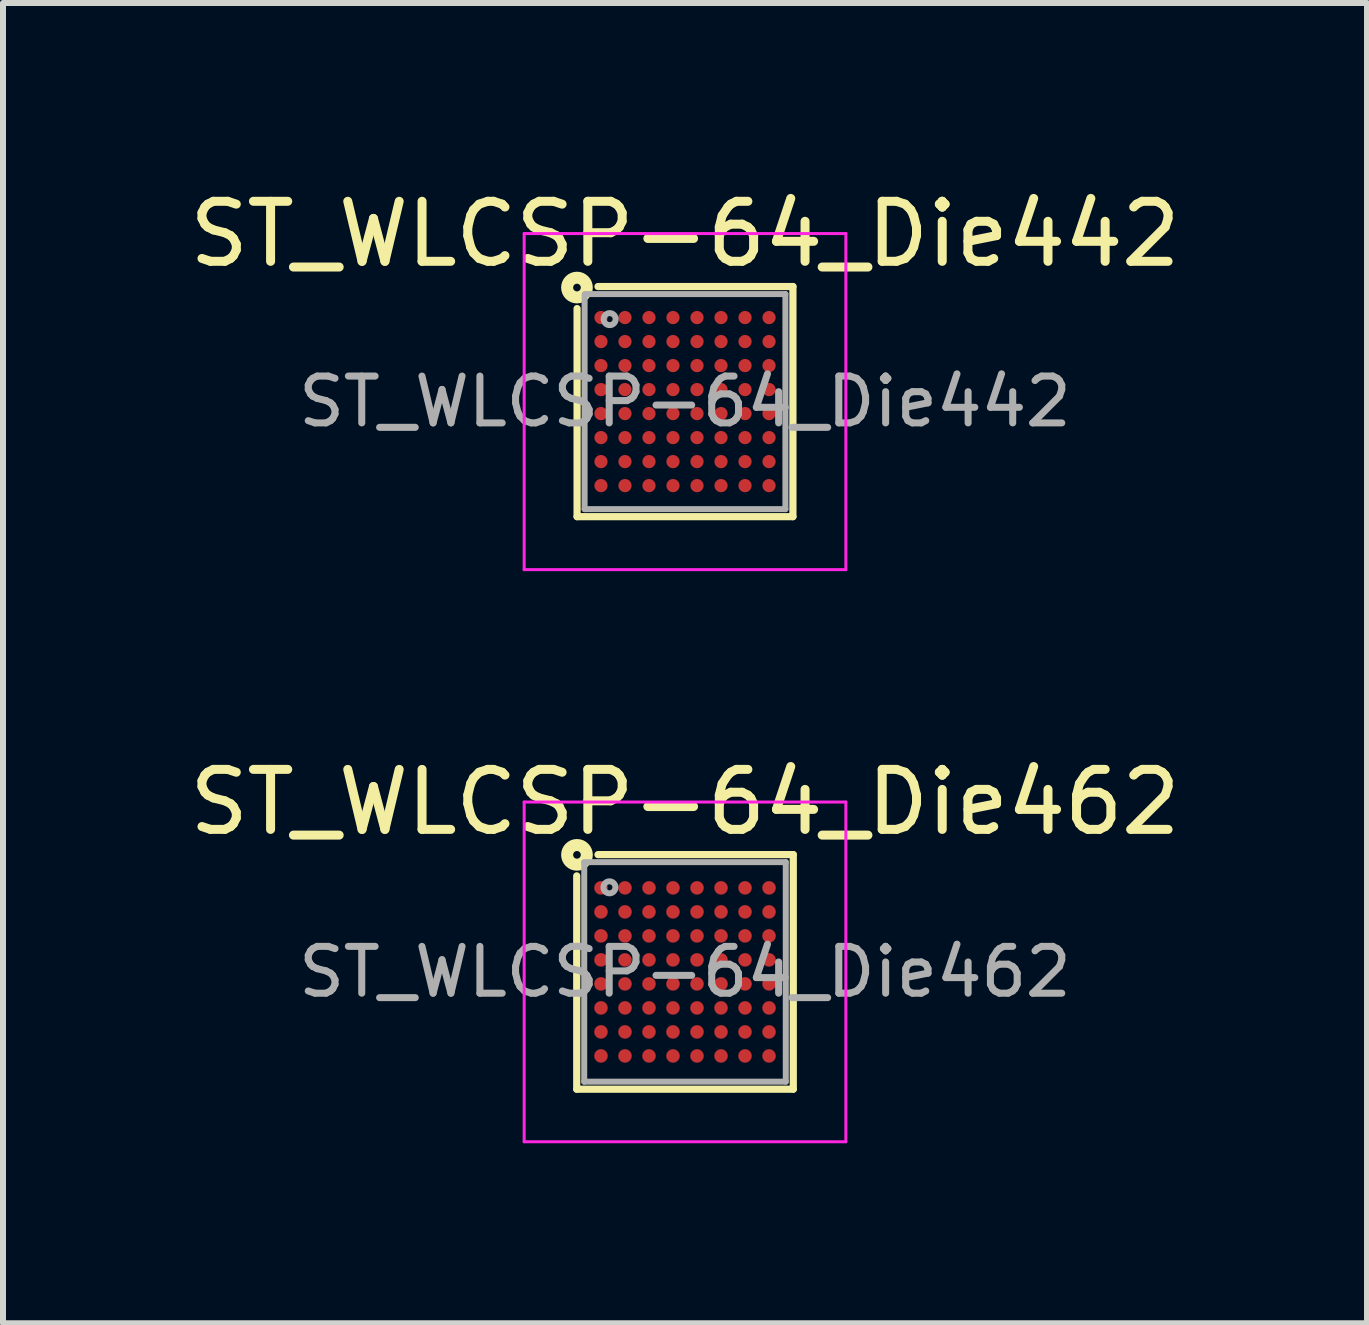
<source format=kicad_pcb>
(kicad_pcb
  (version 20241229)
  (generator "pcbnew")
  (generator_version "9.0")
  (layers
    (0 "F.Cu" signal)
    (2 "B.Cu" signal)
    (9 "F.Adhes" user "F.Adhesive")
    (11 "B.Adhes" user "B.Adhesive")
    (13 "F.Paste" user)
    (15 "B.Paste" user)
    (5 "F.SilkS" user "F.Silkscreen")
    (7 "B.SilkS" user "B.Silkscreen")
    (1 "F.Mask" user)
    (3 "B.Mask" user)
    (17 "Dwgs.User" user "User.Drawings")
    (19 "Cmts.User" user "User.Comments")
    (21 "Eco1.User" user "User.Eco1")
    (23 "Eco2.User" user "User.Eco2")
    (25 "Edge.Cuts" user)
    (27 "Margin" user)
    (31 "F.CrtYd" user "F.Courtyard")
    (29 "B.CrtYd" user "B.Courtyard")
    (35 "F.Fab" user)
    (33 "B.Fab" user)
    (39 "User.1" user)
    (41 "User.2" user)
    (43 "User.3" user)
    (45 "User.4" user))
  (footprint "ST_WLCSP-64_Die462"
    (layer "F.Cu")
    (at 8.363 13.143)
    (property "Reference" "ST_WLCSP-64_Die462" (at 0 -2.829 0) (layer "F.SilkS") (effects (font (size 1 1) (thickness 0.15))))
    (attr smd)
    (fp_line (start -1.804 1.954) (end -1.804 -1.6) (stroke (width 0.12) (type solid)) (layer "F.SilkS"))
    (fp_line (start -1.45 -1.954) (end 1.804 -1.954) (stroke (width 0.12) (type solid)) (layer "F.SilkS"))
    (fp_line (start 1.804 -1.954) (end 1.804 1.954) (stroke (width 0.12) (type solid)) (layer "F.SilkS"))
    (fp_line (start 1.804 1.954) (end -1.804 1.954) (stroke (width 0.12) (type solid)) (layer "F.SilkS"))
    (fp_circle (center -1.8 -1.95) (end -1.736 -1.95) (stroke (width 0.2) (type solid)) (fill no) (layer "F.SilkS"))
    (fp_line (start -2.68 -2.83) (end -2.68 2.83) (stroke (width 0.05) (type solid)) (layer "F.CrtYd"))
    (fp_line (start -2.68 2.83) (end 2.68 2.83) (stroke (width 0.05) (type solid)) (layer "F.CrtYd"))
    (fp_line (start 2.68 -2.83) (end -2.68 -2.83) (stroke (width 0.05) (type solid)) (layer "F.CrtYd"))
    (fp_line (start 2.68 2.83) (end 2.68 -2.83) (stroke (width 0.05) (type solid)) (layer "F.CrtYd"))
    (fp_line (start -1.68 -1.829) (end 1.679 -1.829) (stroke (width 0.1) (type solid)) (layer "F.Fab"))
    (fp_line (start -1.679 1.829) (end -1.679 -1.82) (stroke (width 0.1) (type solid)) (layer "F.Fab"))
    (fp_line (start 1.679 -1.829) (end 1.679 1.829) (stroke (width 0.1) (type solid)) (layer "F.Fab"))
    (fp_line (start 1.679 1.829) (end -1.679 1.829) (stroke (width 0.1) (type solid)) (layer "F.Fab"))
    (fp_circle (center -1.259 -1.409) (end -1.159 -1.409) (stroke (width 0.1) (type solid)) (fill no) (layer "F.Fab"))
    (fp_text user "${REFERENCE}" (at 0 0 0) (layer "F.Fab") (effects (font (size 0.78 0.78) (thickness 0.117))))
    (pad "A1" smd circle (at -1.4 -1.4) (size 0.225 0.225) (layers "F.Cu" "F.Mask" "F.Paste"))
    (pad "A2" smd circle (at -1 -1.4) (size 0.225 0.225) (layers "F.Cu" "F.Mask" "F.Paste"))
    (pad "A3" smd circle (at -0.6 -1.4) (size 0.225 0.225) (layers "F.Cu" "F.Mask" "F.Paste"))
    (pad "A4" smd circle (at -0.2 -1.4) (size 0.225 0.225) (layers "F.Cu" "F.Mask" "F.Paste"))
    (pad "A5" smd circle (at 0.2 -1.4) (size 0.225 0.225) (layers "F.Cu" "F.Mask" "F.Paste"))
    (pad "A6" smd circle (at 0.6 -1.4) (size 0.225 0.225) (layers "F.Cu" "F.Mask" "F.Paste"))
    (pad "A7" smd circle (at 1 -1.4) (size 0.225 0.225) (layers "F.Cu" "F.Mask" "F.Paste"))
    (pad "A8" smd circle (at 1.4 -1.4) (size 0.225 0.225) (layers "F.Cu" "F.Mask" "F.Paste"))
    (pad "B1" smd circle (at -1.4 -1) (size 0.225 0.225) (layers "F.Cu" "F.Mask" "F.Paste"))
    (pad "B2" smd circle (at -1 -1) (size 0.225 0.225) (layers "F.Cu" "F.Mask" "F.Paste"))
    (pad "B3" smd circle (at -0.6 -1) (size 0.225 0.225) (layers "F.Cu" "F.Mask" "F.Paste"))
    (pad "B4" smd circle (at -0.2 -1) (size 0.225 0.225) (layers "F.Cu" "F.Mask" "F.Paste"))
    (pad "B5" smd circle (at 0.2 -1) (size 0.225 0.225) (layers "F.Cu" "F.Mask" "F.Paste"))
    (pad "B6" smd circle (at 0.6 -1) (size 0.225 0.225) (layers "F.Cu" "F.Mask" "F.Paste"))
    (pad "B7" smd circle (at 1 -1) (size 0.225 0.225) (layers "F.Cu" "F.Mask" "F.Paste"))
    (pad "B8" smd circle (at 1.4 -1) (size 0.225 0.225) (layers "F.Cu" "F.Mask" "F.Paste"))
    (pad "C1" smd circle (at -1.4 -0.6) (size 0.225 0.225) (layers "F.Cu" "F.Mask" "F.Paste"))
    (pad "C2" smd circle (at -1 -0.6) (size 0.225 0.225) (layers "F.Cu" "F.Mask" "F.Paste"))
    (pad "C3" smd circle (at -0.6 -0.6) (size 0.225 0.225) (layers "F.Cu" "F.Mask" "F.Paste"))
    (pad "C4" smd circle (at -0.2 -0.6) (size 0.225 0.225) (layers "F.Cu" "F.Mask" "F.Paste"))
    (pad "C5" smd circle (at 0.2 -0.6) (size 0.225 0.225) (layers "F.Cu" "F.Mask" "F.Paste"))
    (pad "C6" smd circle (at 0.6 -0.6) (size 0.225 0.225) (layers "F.Cu" "F.Mask" "F.Paste"))
    (pad "C7" smd circle (at 1 -0.6) (size 0.225 0.225) (layers "F.Cu" "F.Mask" "F.Paste"))
    (pad "C8" smd circle (at 1.4 -0.6) (size 0.225 0.225) (layers "F.Cu" "F.Mask" "F.Paste"))
    (pad "D1" smd circle (at -1.4 -0.2) (size 0.225 0.225) (layers "F.Cu" "F.Mask" "F.Paste"))
    (pad "D2" smd circle (at -1 -0.2) (size 0.225 0.225) (layers "F.Cu" "F.Mask" "F.Paste"))
    (pad "D3" smd circle (at -0.6 -0.2) (size 0.225 0.225) (layers "F.Cu" "F.Mask" "F.Paste"))
    (pad "D4" smd circle (at -0.2 -0.2) (size 0.225 0.225) (layers "F.Cu" "F.Mask" "F.Paste"))
    (pad "D5" smd circle (at 0.2 -0.2) (size 0.225 0.225) (layers "F.Cu" "F.Mask" "F.Paste"))
    (pad "D6" smd circle (at 0.6 -0.2) (size 0.225 0.225) (layers "F.Cu" "F.Mask" "F.Paste"))
    (pad "D7" smd circle (at 1 -0.2) (size 0.225 0.225) (layers "F.Cu" "F.Mask" "F.Paste"))
    (pad "D8" smd circle (at 1.4 -0.2) (size 0.225 0.225) (layers "F.Cu" "F.Mask" "F.Paste"))
    (pad "E1" smd circle (at -1.4 0.2) (size 0.225 0.225) (layers "F.Cu" "F.Mask" "F.Paste"))
    (pad "E2" smd circle (at -1 0.2) (size 0.225 0.225) (layers "F.Cu" "F.Mask" "F.Paste"))
    (pad "E3" smd circle (at -0.6 0.2) (size 0.225 0.225) (layers "F.Cu" "F.Mask" "F.Paste"))
    (pad "E4" smd circle (at -0.2 0.2) (size 0.225 0.225) (layers "F.Cu" "F.Mask" "F.Paste"))
    (pad "E5" smd circle (at 0.2 0.2) (size 0.225 0.225) (layers "F.Cu" "F.Mask" "F.Paste"))
    (pad "E6" smd circle (at 0.6 0.2) (size 0.225 0.225) (layers "F.Cu" "F.Mask" "F.Paste"))
    (pad "E7" smd circle (at 1 0.2) (size 0.225 0.225) (layers "F.Cu" "F.Mask" "F.Paste"))
    (pad "E8" smd circle (at 1.4 0.2) (size 0.225 0.225) (layers "F.Cu" "F.Mask" "F.Paste"))
    (pad "F1" smd circle (at -1.4 0.6) (size 0.225 0.225) (layers "F.Cu" "F.Mask" "F.Paste"))
    (pad "F2" smd circle (at -1 0.6) (size 0.225 0.225) (layers "F.Cu" "F.Mask" "F.Paste"))
    (pad "F3" smd circle (at -0.6 0.6) (size 0.225 0.225) (layers "F.Cu" "F.Mask" "F.Paste"))
    (pad "F4" smd circle (at -0.2 0.6) (size 0.225 0.225) (layers "F.Cu" "F.Mask" "F.Paste"))
    (pad "F5" smd circle (at 0.2 0.6) (size 0.225 0.225) (layers "F.Cu" "F.Mask" "F.Paste"))
    (pad "F6" smd circle (at 0.6 0.6) (size 0.225 0.225) (layers "F.Cu" "F.Mask" "F.Paste"))
    (pad "F7" smd circle (at 1 0.6) (size 0.225 0.225) (layers "F.Cu" "F.Mask" "F.Paste"))
    (pad "F8" smd circle (at 1.4 0.6) (size 0.225 0.225) (layers "F.Cu" "F.Mask" "F.Paste"))
    (pad "G1" smd circle (at -1.4 1) (size 0.225 0.225) (layers "F.Cu" "F.Mask" "F.Paste"))
    (pad "G2" smd circle (at -1 1) (size 0.225 0.225) (layers "F.Cu" "F.Mask" "F.Paste"))
    (pad "G3" smd circle (at -0.6 1) (size 0.225 0.225) (layers "F.Cu" "F.Mask" "F.Paste"))
    (pad "G4" smd circle (at -0.2 1) (size 0.225 0.225) (layers "F.Cu" "F.Mask" "F.Paste"))
    (pad "G5" smd circle (at 0.2 1) (size 0.225 0.225) (layers "F.Cu" "F.Mask" "F.Paste"))
    (pad "G6" smd circle (at 0.6 1) (size 0.225 0.225) (layers "F.Cu" "F.Mask" "F.Paste"))
    (pad "G7" smd circle (at 1 1) (size 0.225 0.225) (layers "F.Cu" "F.Mask" "F.Paste"))
    (pad "G8" smd circle (at 1.4 1) (size 0.225 0.225) (layers "F.Cu" "F.Mask" "F.Paste"))
    (pad "H1" smd circle (at -1.4 1.4) (size 0.225 0.225) (layers "F.Cu" "F.Mask" "F.Paste"))
    (pad "H2" smd circle (at -1 1.4) (size 0.225 0.225) (layers "F.Cu" "F.Mask" "F.Paste"))
    (pad "H3" smd circle (at -0.6 1.4) (size 0.225 0.225) (layers "F.Cu" "F.Mask" "F.Paste"))
    (pad "H4" smd circle (at -0.2 1.4) (size 0.225 0.225) (layers "F.Cu" "F.Mask" "F.Paste"))
    (pad "H5" smd circle (at 0.2 1.4) (size 0.225 0.225) (layers "F.Cu" "F.Mask" "F.Paste"))
    (pad "H6" smd circle (at 0.6 1.4) (size 0.225 0.225) (layers "F.Cu" "F.Mask" "F.Paste"))
    (pad "H7" smd circle (at 1 1.4) (size 0.225 0.225) (layers "F.Cu" "F.Mask" "F.Paste"))
    (pad "H8" smd circle (at 1.4 1.4) (size 0.225 0.225) (layers "F.Cu" "F.Mask" "F.Paste")))
  (footprint "ST_WLCSP-64_Die442"
    (layer "F.Cu")
    (at 8.363 3.641)
    (property "Reference" "ST_WLCSP-64_Die442" (at 0 -2.792 0) (layer "F.SilkS") (effects (font (size 1 1) (thickness 0.15))))
    (attr smd)
    (fp_line (start -1.798 1.917) (end -1.798 -1.55) (stroke (width 0.12) (type solid)) (layer "F.SilkS"))
    (fp_line (start -1.45 -1.917) (end 1.798 -1.917) (stroke (width 0.12) (type solid)) (layer "F.SilkS"))
    (fp_line (start 1.798 -1.917) (end 1.798 1.917) (stroke (width 0.12) (type solid)) (layer "F.SilkS"))
    (fp_line (start 1.798 1.917) (end -1.798 1.917) (stroke (width 0.12) (type solid)) (layer "F.SilkS"))
    (fp_circle (center -1.8 -1.9) (end -1.736 -1.9) (stroke (width 0.2) (type solid)) (fill no) (layer "F.SilkS"))
    (fp_line (start -2.68 -2.8) (end -2.68 2.8) (stroke (width 0.05) (type solid)) (layer "F.CrtYd"))
    (fp_line (start -2.68 2.8) (end 2.68 2.8) (stroke (width 0.05) (type solid)) (layer "F.CrtYd"))
    (fp_line (start 2.68 -2.8) (end -2.68 -2.8) (stroke (width 0.05) (type solid)) (layer "F.CrtYd"))
    (fp_line (start 2.68 2.8) (end 2.68 -2.8) (stroke (width 0.05) (type solid)) (layer "F.CrtYd"))
    (fp_line (start -1.673 1.792) (end -1.673 -1.79) (stroke (width 0.1) (type solid)) (layer "F.Fab"))
    (fp_line (start -1.66 -1.792) (end 1.673 -1.792) (stroke (width 0.1) (type solid)) (layer "F.Fab"))
    (fp_line (start 1.673 -1.792) (end 1.673 1.792) (stroke (width 0.1) (type solid)) (layer "F.Fab"))
    (fp_line (start 1.673 1.792) (end -1.673 1.792) (stroke (width 0.1) (type solid)) (layer "F.Fab"))
    (fp_circle (center -1.255 -1.374) (end -1.155 -1.374) (stroke (width 0.1) (type solid)) (fill no) (layer "F.Fab"))
    (fp_text user "${REFERENCE}" (at 0 0 0) (layer "F.Fab") (effects (font (size 0.78 0.78) (thickness 0.117))))
    (pad "A1" smd circle (at -1.4 -1.4) (size 0.22 0.22) (layers "F.Cu" "F.Mask" "F.Paste"))
    (pad "A2" smd circle (at -1 -1.4) (size 0.22 0.22) (layers "F.Cu" "F.Mask" "F.Paste"))
    (pad "A3" smd circle (at -0.6 -1.4) (size 0.22 0.22) (layers "F.Cu" "F.Mask" "F.Paste"))
    (pad "A4" smd circle (at -0.2 -1.4) (size 0.22 0.22) (layers "F.Cu" "F.Mask" "F.Paste"))
    (pad "A5" smd circle (at 0.2 -1.4) (size 0.22 0.22) (layers "F.Cu" "F.Mask" "F.Paste"))
    (pad "A6" smd circle (at 0.6 -1.4) (size 0.22 0.22) (layers "F.Cu" "F.Mask" "F.Paste"))
    (pad "A7" smd circle (at 1 -1.4) (size 0.22 0.22) (layers "F.Cu" "F.Mask" "F.Paste"))
    (pad "A8" smd circle (at 1.4 -1.4) (size 0.22 0.22) (layers "F.Cu" "F.Mask" "F.Paste"))
    (pad "B1" smd circle (at -1.4 -1) (size 0.22 0.22) (layers "F.Cu" "F.Mask" "F.Paste"))
    (pad "B2" smd circle (at -1 -1) (size 0.22 0.22) (layers "F.Cu" "F.Mask" "F.Paste"))
    (pad "B3" smd circle (at -0.6 -1) (size 0.22 0.22) (layers "F.Cu" "F.Mask" "F.Paste"))
    (pad "B4" smd circle (at -0.2 -1) (size 0.22 0.22) (layers "F.Cu" "F.Mask" "F.Paste"))
    (pad "B5" smd circle (at 0.2 -1) (size 0.22 0.22) (layers "F.Cu" "F.Mask" "F.Paste"))
    (pad "B6" smd circle (at 0.6 -1) (size 0.22 0.22) (layers "F.Cu" "F.Mask" "F.Paste"))
    (pad "B7" smd circle (at 1 -1) (size 0.22 0.22) (layers "F.Cu" "F.Mask" "F.Paste"))
    (pad "B8" smd circle (at 1.4 -1) (size 0.22 0.22) (layers "F.Cu" "F.Mask" "F.Paste"))
    (pad "C1" smd circle (at -1.4 -0.6) (size 0.22 0.22) (layers "F.Cu" "F.Mask" "F.Paste"))
    (pad "C2" smd circle (at -1 -0.6) (size 0.22 0.22) (layers "F.Cu" "F.Mask" "F.Paste"))
    (pad "C3" smd circle (at -0.6 -0.6) (size 0.22 0.22) (layers "F.Cu" "F.Mask" "F.Paste"))
    (pad "C4" smd circle (at -0.2 -0.6) (size 0.22 0.22) (layers "F.Cu" "F.Mask" "F.Paste"))
    (pad "C5" smd circle (at 0.2 -0.6) (size 0.22 0.22) (layers "F.Cu" "F.Mask" "F.Paste"))
    (pad "C6" smd circle (at 0.6 -0.6) (size 0.22 0.22) (layers "F.Cu" "F.Mask" "F.Paste"))
    (pad "C7" smd circle (at 1 -0.6) (size 0.22 0.22) (layers "F.Cu" "F.Mask" "F.Paste"))
    (pad "C8" smd circle (at 1.4 -0.6) (size 0.22 0.22) (layers "F.Cu" "F.Mask" "F.Paste"))
    (pad "D1" smd circle (at -1.4 -0.2) (size 0.22 0.22) (layers "F.Cu" "F.Mask" "F.Paste"))
    (pad "D2" smd circle (at -1 -0.2) (size 0.22 0.22) (layers "F.Cu" "F.Mask" "F.Paste"))
    (pad "D3" smd circle (at -0.6 -0.2) (size 0.22 0.22) (layers "F.Cu" "F.Mask" "F.Paste"))
    (pad "D4" smd circle (at -0.2 -0.2) (size 0.22 0.22) (layers "F.Cu" "F.Mask" "F.Paste"))
    (pad "D5" smd circle (at 0.2 -0.2) (size 0.22 0.22) (layers "F.Cu" "F.Mask" "F.Paste"))
    (pad "D6" smd circle (at 0.6 -0.2) (size 0.22 0.22) (layers "F.Cu" "F.Mask" "F.Paste"))
    (pad "D7" smd circle (at 1 -0.2) (size 0.22 0.22) (layers "F.Cu" "F.Mask" "F.Paste"))
    (pad "D8" smd circle (at 1.4 -0.2) (size 0.22 0.22) (layers "F.Cu" "F.Mask" "F.Paste"))
    (pad "E1" smd circle (at -1.4 0.2) (size 0.22 0.22) (layers "F.Cu" "F.Mask" "F.Paste"))
    (pad "E2" smd circle (at -1 0.2) (size 0.22 0.22) (layers "F.Cu" "F.Mask" "F.Paste"))
    (pad "E3" smd circle (at -0.6 0.2) (size 0.22 0.22) (layers "F.Cu" "F.Mask" "F.Paste"))
    (pad "E4" smd circle (at -0.2 0.2) (size 0.22 0.22) (layers "F.Cu" "F.Mask" "F.Paste"))
    (pad "E5" smd circle (at 0.2 0.2) (size 0.22 0.22) (layers "F.Cu" "F.Mask" "F.Paste"))
    (pad "E6" smd circle (at 0.6 0.2) (size 0.22 0.22) (layers "F.Cu" "F.Mask" "F.Paste"))
    (pad "E7" smd circle (at 1 0.2) (size 0.22 0.22) (layers "F.Cu" "F.Mask" "F.Paste"))
    (pad "E8" smd circle (at 1.4 0.2) (size 0.22 0.22) (layers "F.Cu" "F.Mask" "F.Paste"))
    (pad "F1" smd circle (at -1.4 0.6) (size 0.22 0.22) (layers "F.Cu" "F.Mask" "F.Paste"))
    (pad "F2" smd circle (at -1 0.6) (size 0.22 0.22) (layers "F.Cu" "F.Mask" "F.Paste"))
    (pad "F3" smd circle (at -0.6 0.6) (size 0.22 0.22) (layers "F.Cu" "F.Mask" "F.Paste"))
    (pad "F4" smd circle (at -0.2 0.6) (size 0.22 0.22) (layers "F.Cu" "F.Mask" "F.Paste"))
    (pad "F5" smd circle (at 0.2 0.6) (size 0.22 0.22) (layers "F.Cu" "F.Mask" "F.Paste"))
    (pad "F6" smd circle (at 0.6 0.6) (size 0.22 0.22) (layers "F.Cu" "F.Mask" "F.Paste"))
    (pad "F7" smd circle (at 1 0.6) (size 0.22 0.22) (layers "F.Cu" "F.Mask" "F.Paste"))
    (pad "F8" smd circle (at 1.4 0.6) (size 0.22 0.22) (layers "F.Cu" "F.Mask" "F.Paste"))
    (pad "G1" smd circle (at -1.4 1) (size 0.22 0.22) (layers "F.Cu" "F.Mask" "F.Paste"))
    (pad "G2" smd circle (at -1 1) (size 0.22 0.22) (layers "F.Cu" "F.Mask" "F.Paste"))
    (pad "G3" smd circle (at -0.6 1) (size 0.22 0.22) (layers "F.Cu" "F.Mask" "F.Paste"))
    (pad "G4" smd circle (at -0.2 1) (size 0.22 0.22) (layers "F.Cu" "F.Mask" "F.Paste"))
    (pad "G5" smd circle (at 0.2 1) (size 0.22 0.22) (layers "F.Cu" "F.Mask" "F.Paste"))
    (pad "G6" smd circle (at 0.6 1) (size 0.22 0.22) (layers "F.Cu" "F.Mask" "F.Paste"))
    (pad "G7" smd circle (at 1 1) (size 0.22 0.22) (layers "F.Cu" "F.Mask" "F.Paste"))
    (pad "G8" smd circle (at 1.4 1) (size 0.22 0.22) (layers "F.Cu" "F.Mask" "F.Paste"))
    (pad "H1" smd circle (at -1.4 1.4) (size 0.22 0.22) (layers "F.Cu" "F.Mask" "F.Paste"))
    (pad "H2" smd circle (at -1 1.4) (size 0.22 0.22) (layers "F.Cu" "F.Mask" "F.Paste"))
    (pad "H3" smd circle (at -0.6 1.4) (size 0.22 0.22) (layers "F.Cu" "F.Mask" "F.Paste"))
    (pad "H4" smd circle (at -0.2 1.4) (size 0.22 0.22) (layers "F.Cu" "F.Mask" "F.Paste"))
    (pad "H5" smd circle (at 0.2 1.4) (size 0.22 0.22) (layers "F.Cu" "F.Mask" "F.Paste"))
    (pad "H6" smd circle (at 0.6 1.4) (size 0.22 0.22) (layers "F.Cu" "F.Mask" "F.Paste"))
    (pad "H7" smd circle (at 1 1.4) (size 0.22 0.22) (layers "F.Cu" "F.Mask" "F.Paste"))
    (pad "H8" smd circle (at 1.4 1.4) (size 0.22 0.22) (layers "F.Cu" "F.Mask" "F.Paste")))
  (gr_rect
    (start -3 -3)
    (end 19.726 18.997)
    (stroke (width 0.1) (type default))
    (fill no)
    (layer "Edge.Cuts")))
</source>
